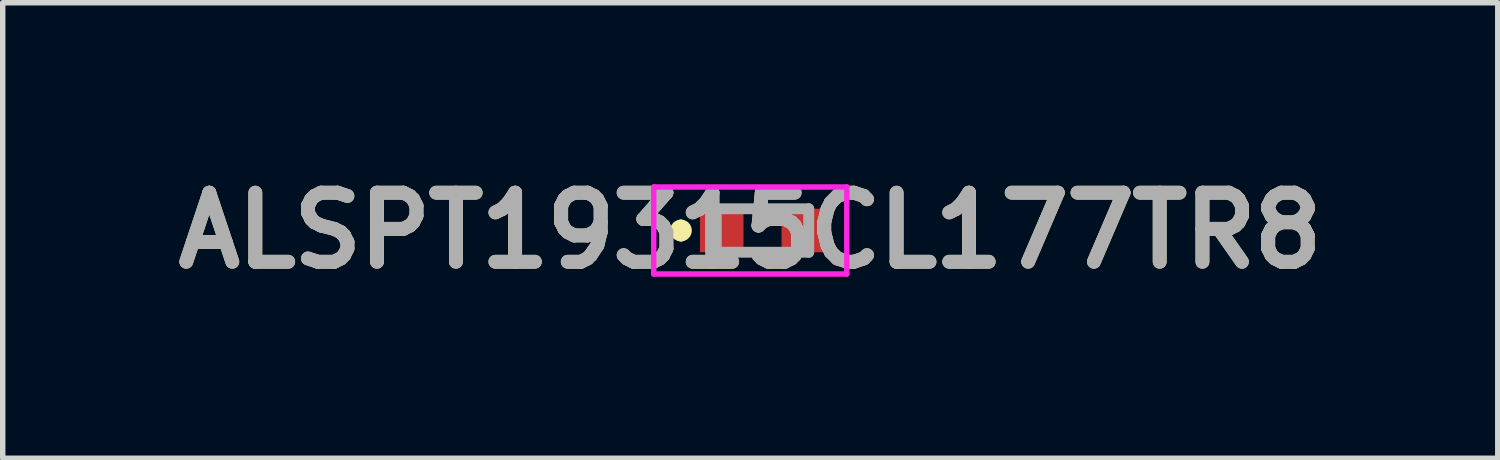
<source format=kicad_pcb>
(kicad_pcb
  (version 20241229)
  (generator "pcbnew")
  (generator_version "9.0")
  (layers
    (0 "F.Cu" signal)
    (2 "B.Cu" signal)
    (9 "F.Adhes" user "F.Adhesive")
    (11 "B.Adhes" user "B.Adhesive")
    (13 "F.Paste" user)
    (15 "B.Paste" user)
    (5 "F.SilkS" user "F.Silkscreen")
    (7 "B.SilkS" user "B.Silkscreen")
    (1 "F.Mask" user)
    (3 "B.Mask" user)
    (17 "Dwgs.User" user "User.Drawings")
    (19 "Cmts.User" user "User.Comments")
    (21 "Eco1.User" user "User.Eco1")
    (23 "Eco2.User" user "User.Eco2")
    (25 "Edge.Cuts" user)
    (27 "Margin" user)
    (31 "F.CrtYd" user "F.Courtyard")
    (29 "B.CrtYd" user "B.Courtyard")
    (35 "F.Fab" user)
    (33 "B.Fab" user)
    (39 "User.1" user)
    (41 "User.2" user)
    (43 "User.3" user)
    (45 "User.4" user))
  (footprint "ALSPT19315CL177TR8"
    (layer "F.Cu")
    (at 10.972 1.189)
    (property "Reference" "ALSPT19315CL177TR8" (at -0.225 0 0) (layer "F.SilkS") (effects (font (size 1.27 1.27) (thickness 0.254))))
    (attr smd)
    (fp_line (start -1.5 -0.1) (end -1.5 -0.1) (stroke (width 0.2) (type solid)) (layer "F.SilkS"))
    (fp_line (start -1.5 0.1) (end -1.5 0.1) (stroke (width 0.2) (type solid)) (layer "F.SilkS"))
    (fp_line (start -0.2 -0.4) (end 0.2 -0.4) (stroke (width 0.1) (type solid)) (layer "F.SilkS"))
    (fp_line (start -0.2 0.4) (end 0.2 0.4) (stroke (width 0.1) (type solid)) (layer "F.SilkS"))
    (fp_arc (start -1.5 -0.1) (mid -1.4 0) (end -1.5 0.1) (stroke (width 0.2) (type solid)) (layer "F.SilkS"))
    (fp_arc (start -1.5 0.1) (mid -1.6 0) (end -1.5 -0.1) (stroke (width 0.2) (type solid)) (layer "F.SilkS"))
    (fp_line (start -2 -0.8) (end 1.55 -0.8) (stroke (width 0.1) (type solid)) (layer "F.CrtYd"))
    (fp_line (start -2 0.8) (end -2 -0.8) (stroke (width 0.1) (type solid)) (layer "F.CrtYd"))
    (fp_line (start 1.55 -0.8) (end 1.55 0.8) (stroke (width 0.1) (type solid)) (layer "F.CrtYd"))
    (fp_line (start 1.55 0.8) (end -2 0.8) (stroke (width 0.1) (type solid)) (layer "F.CrtYd"))
    (fp_line (start -0.85 -0.4) (end 0.85 -0.4) (stroke (width 0.2) (type solid)) (layer "F.Fab"))
    (fp_line (start -0.85 0.4) (end -0.85 -0.4) (stroke (width 0.2) (type solid)) (layer "F.Fab"))
    (fp_line (start 0.85 -0.4) (end 0.85 0.4) (stroke (width 0.2) (type solid)) (layer "F.Fab"))
    (fp_line (start 0.85 0.4) (end -0.85 0.4) (stroke (width 0.2) (type solid)) (layer "F.Fab"))
    (fp_text user "${REFERENCE}" (at -0.225 0 0) (layer "F.Fab") (effects (font (size 1.27 1.27) (thickness 0.254))))
    (pad "1" smd rect (at -0.75 0 90) (size 0.8 0.8) (layers "F.Cu" "F.Mask" "F.Paste"))
    (pad "2" smd rect (at 0.75 0 90) (size 0.8 0.8) (layers "F.Cu" "F.Mask" "F.Paste")))
  (gr_rect
    (start -3 -3)
    (end 24.493 5.377)
    (stroke (width 0.1) (type default))
    (fill no)
    (layer "Edge.Cuts")))
</source>
